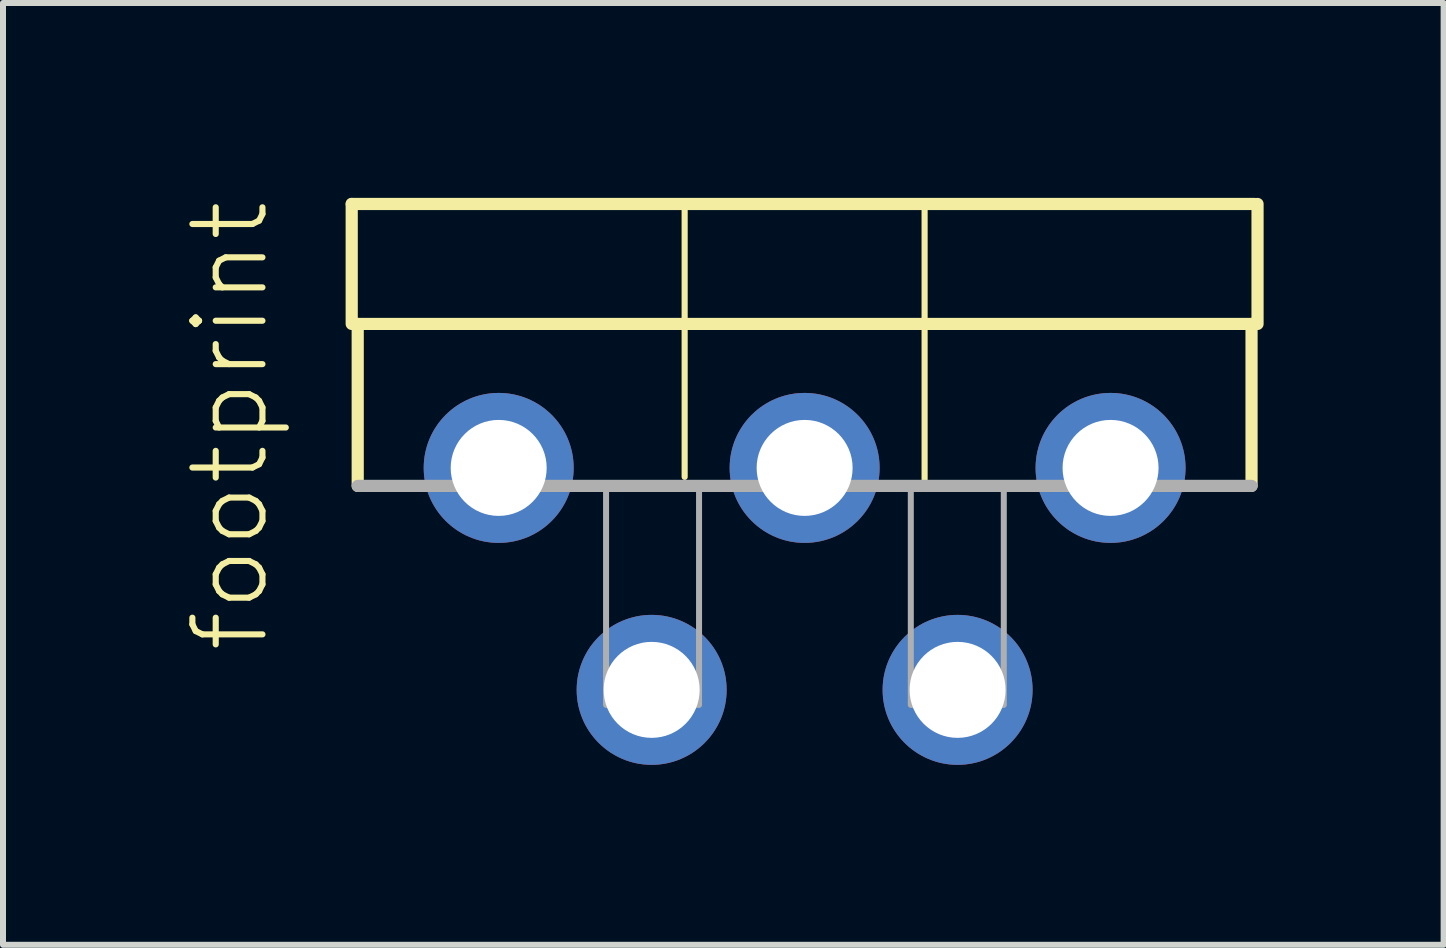
<source format=kicad_pcb>
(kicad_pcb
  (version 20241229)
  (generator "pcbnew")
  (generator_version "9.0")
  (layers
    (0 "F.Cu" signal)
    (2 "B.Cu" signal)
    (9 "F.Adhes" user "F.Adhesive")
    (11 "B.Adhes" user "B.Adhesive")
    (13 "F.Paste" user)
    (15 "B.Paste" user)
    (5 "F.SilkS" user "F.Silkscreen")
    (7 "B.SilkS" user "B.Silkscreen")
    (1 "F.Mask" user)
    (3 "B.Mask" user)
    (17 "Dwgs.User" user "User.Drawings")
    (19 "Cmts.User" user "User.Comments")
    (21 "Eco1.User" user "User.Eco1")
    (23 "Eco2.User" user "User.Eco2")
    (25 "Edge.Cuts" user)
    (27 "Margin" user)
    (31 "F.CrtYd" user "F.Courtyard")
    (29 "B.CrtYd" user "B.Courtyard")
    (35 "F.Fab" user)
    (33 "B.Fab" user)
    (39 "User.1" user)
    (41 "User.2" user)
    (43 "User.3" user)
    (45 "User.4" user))
  (footprint "footprint"
    (layer "F.Cu")
    (at 10.363 0.25)
    (property "Reference" "footprint" (at -8.89 7.62 90) (layer "F.SilkS") (effects (font (size 1.168 1.168) (thickness 0.102)) (justify left bottom)))
    (fp_line (start -7.55 0.1) (end -7.55 2.1) (stroke (width 0.203) (type solid)) (layer "F.SilkS"))
    (fp_line (start -7.45 2.1) (end -7.45 4.8) (stroke (width 0.203) (type solid)) (layer "F.SilkS"))
    (fp_line (start -2 4.65) (end -2 0.2) (stroke (width 0.102) (type solid)) (layer "F.SilkS"))
    (fp_line (start 2 4.7) (end 2 0.2) (stroke (width 0.102) (type solid)) (layer "F.SilkS"))
    (fp_line (start 7.45 2.1) (end -7.45 2.1) (stroke (width 0.203) (type solid)) (layer "F.SilkS"))
    (fp_line (start 7.45 4.8) (end 7.45 2.1) (stroke (width 0.203) (type solid)) (layer "F.SilkS"))
    (fp_line (start 7.5 0.1) (end -7.55 0.1) (stroke (width 0.203) (type solid)) (layer "F.SilkS"))
    (fp_line (start 7.55 2.1) (end 7.55 0.1) (stroke (width 0.203) (type solid)) (layer "F.SilkS"))
    (fp_line (start -7.45 4.8) (end 7.45 4.8) (stroke (width 0.203) (type solid)) (layer "F.Fab"))
    (fp_poly (pts (xy -3.31 8.45) (xy -1.76 8.45) (xy -1.76 4.8) (xy -3.31 4.8)) (stroke (width 0.1) (type solid)) (fill no) (layer "F.Fab"))
    (fp_poly (pts (xy 1.77 8.45) (xy 3.32 8.45) (xy 3.32 4.8) (xy 1.77 4.8)) (stroke (width 0.1) (type solid)) (fill no) (layer "F.Fab"))
    (pad "1" thru_hole circle (at -5.1 4.5 90) (size 2.5 2.5) (drill 1.6) (layers "*.Cu" "*.Mask"))
    (pad "2" thru_hole circle (at -2.55 8.2 90) (size 2.5 2.5) (drill 1.6) (layers "*.Cu" "*.Mask"))
    (pad "3" thru_hole circle (at 0 4.5 90) (size 2.5 2.5) (drill 1.6) (layers "*.Cu" "*.Mask"))
    (pad "4" thru_hole circle (at 2.55 8.2 90) (size 2.5 2.5) (drill 1.6) (layers "*.Cu" "*.Mask"))
    (pad "5" thru_hole circle (at 5.1 4.5 90) (size 2.5 2.5) (drill 1.6) (layers "*.Cu" "*.Mask")))
  (gr_rect
    (start -3 -3)
    (end 21.015 12.7)
    (stroke (width 0.1) (type default))
    (fill no)
    (layer "Edge.Cuts")))
</source>
